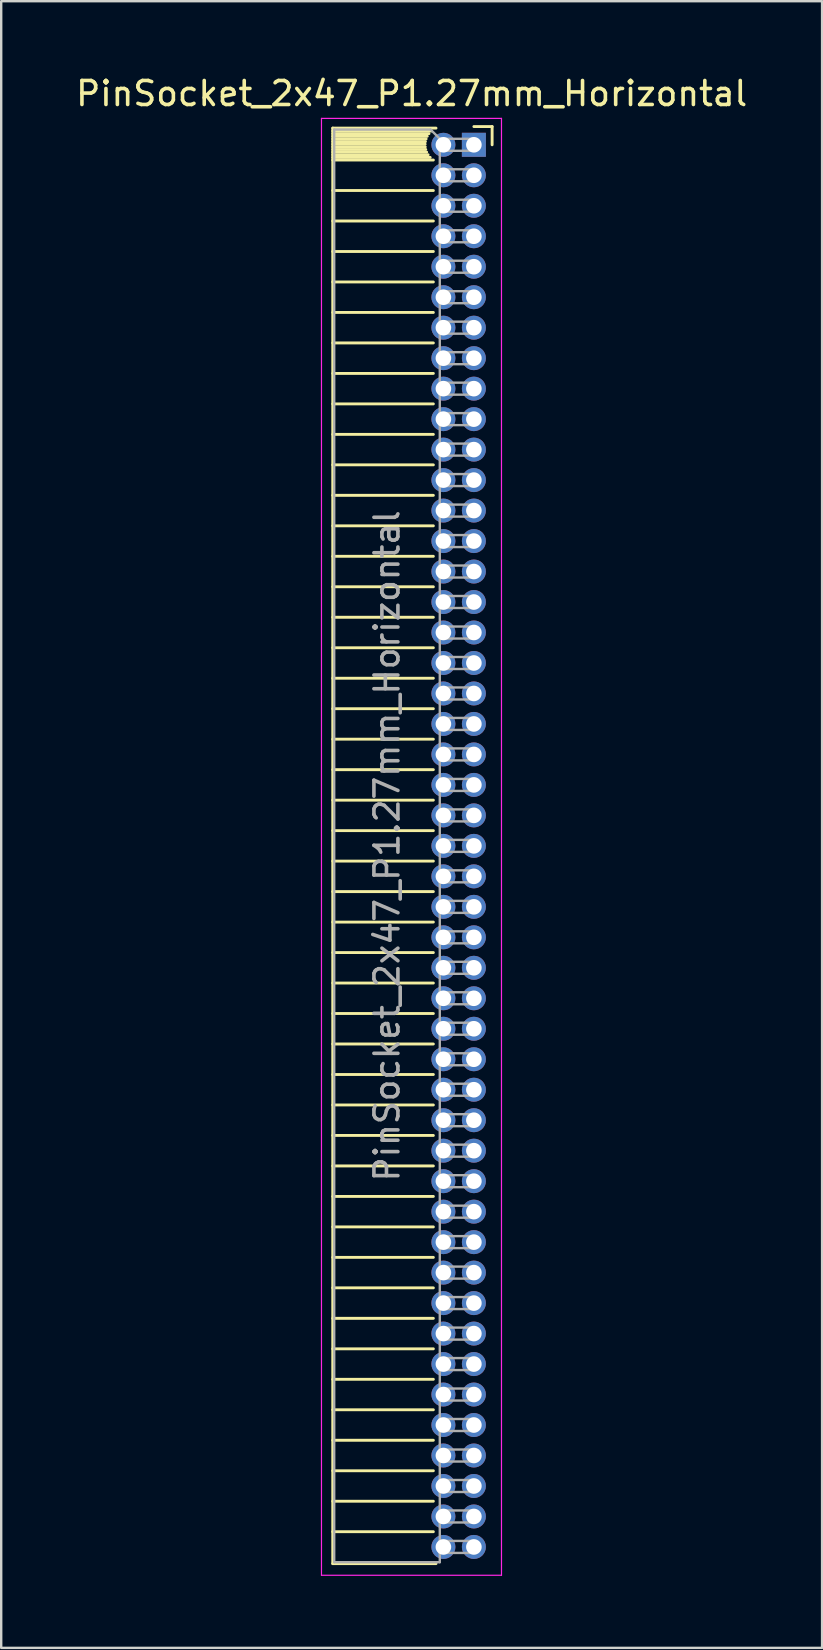
<source format=kicad_pcb>
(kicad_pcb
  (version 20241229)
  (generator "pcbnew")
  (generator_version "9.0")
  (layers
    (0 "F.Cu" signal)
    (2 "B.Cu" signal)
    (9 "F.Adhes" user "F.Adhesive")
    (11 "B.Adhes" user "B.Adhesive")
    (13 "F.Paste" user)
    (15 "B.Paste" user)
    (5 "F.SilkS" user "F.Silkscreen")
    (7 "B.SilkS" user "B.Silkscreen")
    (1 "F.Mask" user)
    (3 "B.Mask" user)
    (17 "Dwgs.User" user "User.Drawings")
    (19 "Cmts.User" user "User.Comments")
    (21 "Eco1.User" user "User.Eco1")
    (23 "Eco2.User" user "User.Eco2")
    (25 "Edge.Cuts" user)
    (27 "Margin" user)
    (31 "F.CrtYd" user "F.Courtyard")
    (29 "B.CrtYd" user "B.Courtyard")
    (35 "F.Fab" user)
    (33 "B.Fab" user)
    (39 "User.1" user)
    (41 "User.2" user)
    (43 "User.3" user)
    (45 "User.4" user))
  (footprint "PinSocket_2x47_P1.27mm_Horizontal"
    (layer "F.Cu")
    (at 16.694 2.983)
    (property "Reference" "PinSocket_2x47_P1.27mm_Horizontal" (at -2.592 -2.135 0) (layer "F.SilkS") (effects (font (size 1 1) (thickness 0.15))))
    (attr through_hole)
    (fp_line (start -5.88 -0.695) (end -5.88 59.115) (stroke (width 0.12) (type solid)) (layer "F.SilkS"))
    (fp_line (start -5.88 -0.695) (end -1.578 -0.695) (stroke (width 0.12) (type solid)) (layer "F.SilkS"))
    (fp_line (start -5.88 -0.575) (end -1.767 -0.575) (stroke (width 0.12) (type solid)) (layer "F.SilkS"))
    (fp_line (start -5.88 -0.465) (end -1.871 -0.465) (stroke (width 0.12) (type solid)) (layer "F.SilkS"))
    (fp_line (start -5.88 -0.355) (end -1.942 -0.355) (stroke (width 0.12) (type solid)) (layer "F.SilkS"))
    (fp_line (start -5.88 -0.245) (end -1.989 -0.245) (stroke (width 0.12) (type solid)) (layer "F.SilkS"))
    (fp_line (start -5.88 -0.135) (end -2.018 -0.135) (stroke (width 0.12) (type solid)) (layer "F.SilkS"))
    (fp_line (start -5.88 -0.025) (end -2.03 -0.025) (stroke (width 0.12) (type solid)) (layer "F.SilkS"))
    (fp_line (start -5.88 0.085) (end -2.025 0.085) (stroke (width 0.12) (type solid)) (layer "F.SilkS"))
    (fp_line (start -5.88 0.195) (end -2.005 0.195) (stroke (width 0.12) (type solid)) (layer "F.SilkS"))
    (fp_line (start -5.88 0.305) (end -1.966 0.305) (stroke (width 0.12) (type solid)) (layer "F.SilkS"))
    (fp_line (start -5.88 0.415) (end -1.907 0.415) (stroke (width 0.12) (type solid)) (layer "F.SilkS"))
    (fp_line (start -5.88 0.525) (end -1.82 0.525) (stroke (width 0.12) (type solid)) (layer "F.SilkS"))
    (fp_line (start -5.88 0.635) (end -1.688 0.635) (stroke (width 0.12) (type solid)) (layer "F.SilkS"))
    (fp_line (start -5.88 1.905) (end -1.688 1.905) (stroke (width 0.12) (type solid)) (layer "F.SilkS"))
    (fp_line (start -5.88 3.175) (end -1.688 3.175) (stroke (width 0.12) (type solid)) (layer "F.SilkS"))
    (fp_line (start -5.88 4.445) (end -1.688 4.445) (stroke (width 0.12) (type solid)) (layer "F.SilkS"))
    (fp_line (start -5.88 5.715) (end -1.688 5.715) (stroke (width 0.12) (type solid)) (layer "F.SilkS"))
    (fp_line (start -5.88 6.985) (end -1.688 6.985) (stroke (width 0.12) (type solid)) (layer "F.SilkS"))
    (fp_line (start -5.88 8.255) (end -1.688 8.255) (stroke (width 0.12) (type solid)) (layer "F.SilkS"))
    (fp_line (start -5.88 9.525) (end -1.688 9.525) (stroke (width 0.12) (type solid)) (layer "F.SilkS"))
    (fp_line (start -5.88 10.795) (end -1.688 10.795) (stroke (width 0.12) (type solid)) (layer "F.SilkS"))
    (fp_line (start -5.88 12.065) (end -1.688 12.065) (stroke (width 0.12) (type solid)) (layer "F.SilkS"))
    (fp_line (start -5.88 13.335) (end -1.688 13.335) (stroke (width 0.12) (type solid)) (layer "F.SilkS"))
    (fp_line (start -5.88 14.605) (end -1.688 14.605) (stroke (width 0.12) (type solid)) (layer "F.SilkS"))
    (fp_line (start -5.88 15.875) (end -1.688 15.875) (stroke (width 0.12) (type solid)) (layer "F.SilkS"))
    (fp_line (start -5.88 17.145) (end -1.688 17.145) (stroke (width 0.12) (type solid)) (layer "F.SilkS"))
    (fp_line (start -5.88 18.415) (end -1.688 18.415) (stroke (width 0.12) (type solid)) (layer "F.SilkS"))
    (fp_line (start -5.88 19.685) (end -1.688 19.685) (stroke (width 0.12) (type solid)) (layer "F.SilkS"))
    (fp_line (start -5.88 20.955) (end -1.688 20.955) (stroke (width 0.12) (type solid)) (layer "F.SilkS"))
    (fp_line (start -5.88 22.225) (end -1.688 22.225) (stroke (width 0.12) (type solid)) (layer "F.SilkS"))
    (fp_line (start -5.88 23.495) (end -1.688 23.495) (stroke (width 0.12) (type solid)) (layer "F.SilkS"))
    (fp_line (start -5.88 24.765) (end -1.688 24.765) (stroke (width 0.12) (type solid)) (layer "F.SilkS"))
    (fp_line (start -5.88 26.035) (end -1.688 26.035) (stroke (width 0.12) (type solid)) (layer "F.SilkS"))
    (fp_line (start -5.88 27.305) (end -1.688 27.305) (stroke (width 0.12) (type solid)) (layer "F.SilkS"))
    (fp_line (start -5.88 28.575) (end -1.688 28.575) (stroke (width 0.12) (type solid)) (layer "F.SilkS"))
    (fp_line (start -5.88 29.845) (end -1.688 29.845) (stroke (width 0.12) (type solid)) (layer "F.SilkS"))
    (fp_line (start -5.88 31.115) (end -1.688 31.115) (stroke (width 0.12) (type solid)) (layer "F.SilkS"))
    (fp_line (start -5.88 32.385) (end -1.688 32.385) (stroke (width 0.12) (type solid)) (layer "F.SilkS"))
    (fp_line (start -5.88 33.655) (end -1.688 33.655) (stroke (width 0.12) (type solid)) (layer "F.SilkS"))
    (fp_line (start -5.88 34.925) (end -1.688 34.925) (stroke (width 0.12) (type solid)) (layer "F.SilkS"))
    (fp_line (start -5.88 36.195) (end -1.688 36.195) (stroke (width 0.12) (type solid)) (layer "F.SilkS"))
    (fp_line (start -5.88 37.465) (end -1.688 37.465) (stroke (width 0.12) (type solid)) (layer "F.SilkS"))
    (fp_line (start -5.88 38.735) (end -1.688 38.735) (stroke (width 0.12) (type solid)) (layer "F.SilkS"))
    (fp_line (start -5.88 40.005) (end -1.688 40.005) (stroke (width 0.12) (type solid)) (layer "F.SilkS"))
    (fp_line (start -5.88 41.275) (end -1.688 41.275) (stroke (width 0.12) (type solid)) (layer "F.SilkS"))
    (fp_line (start -5.88 42.545) (end -1.688 42.545) (stroke (width 0.12) (type solid)) (layer "F.SilkS"))
    (fp_line (start -5.88 43.815) (end -1.688 43.815) (stroke (width 0.12) (type solid)) (layer "F.SilkS"))
    (fp_line (start -5.88 45.085) (end -1.688 45.085) (stroke (width 0.12) (type solid)) (layer "F.SilkS"))
    (fp_line (start -5.88 46.355) (end -1.688 46.355) (stroke (width 0.12) (type solid)) (layer "F.SilkS"))
    (fp_line (start -5.88 47.625) (end -1.688 47.625) (stroke (width 0.12) (type solid)) (layer "F.SilkS"))
    (fp_line (start -5.88 48.895) (end -1.688 48.895) (stroke (width 0.12) (type solid)) (layer "F.SilkS"))
    (fp_line (start -5.88 50.165) (end -1.688 50.165) (stroke (width 0.12) (type solid)) (layer "F.SilkS"))
    (fp_line (start -5.88 51.435) (end -1.688 51.435) (stroke (width 0.12) (type solid)) (layer "F.SilkS"))
    (fp_line (start -5.88 52.705) (end -1.688 52.705) (stroke (width 0.12) (type solid)) (layer "F.SilkS"))
    (fp_line (start -5.88 53.975) (end -1.688 53.975) (stroke (width 0.12) (type solid)) (layer "F.SilkS"))
    (fp_line (start -5.88 55.245) (end -1.688 55.245) (stroke (width 0.12) (type solid)) (layer "F.SilkS"))
    (fp_line (start -5.88 56.515) (end -1.688 56.515) (stroke (width 0.12) (type solid)) (layer "F.SilkS"))
    (fp_line (start -5.88 57.785) (end -1.688 57.785) (stroke (width 0.12) (type solid)) (layer "F.SilkS"))
    (fp_line (start -5.88 59.115) (end -1.578 59.115) (stroke (width 0.12) (type solid)) (layer "F.SilkS"))
    (fp_line (start 0 -0.76) (end 0.76 -0.76) (stroke (width 0.12) (type solid)) (layer "F.SilkS"))
    (fp_line (start 0.76 -0.76) (end 0.76 0) (stroke (width 0.12) (type solid)) (layer "F.SilkS"))
    (fp_line (start -6.35 -1.1) (end -6.35 59.6) (stroke (width 0.05) (type solid)) (layer "F.CrtYd"))
    (fp_line (start -6.35 59.6) (end 1.15 59.6) (stroke (width 0.05) (type solid)) (layer "F.CrtYd"))
    (fp_line (start 1.15 -1.1) (end -6.35 -1.1) (stroke (width 0.05) (type solid)) (layer "F.CrtYd"))
    (fp_line (start 1.15 59.6) (end 1.15 -1.1) (stroke (width 0.05) (type solid)) (layer "F.CrtYd"))
    (fp_line (start -5.82 -0.635) (end -1.805 -0.635) (stroke (width 0.1) (type solid)) (layer "F.Fab"))
    (fp_line (start -5.82 59.055) (end -5.82 -0.635) (stroke (width 0.1) (type solid)) (layer "F.Fab"))
    (fp_line (start -1.805 -0.635) (end -1.42 -0.25) (stroke (width 0.1) (type solid)) (layer "F.Fab"))
    (fp_line (start -1.42 -0.25) (end -1.42 59.055) (stroke (width 0.1) (type solid)) (layer "F.Fab"))
    (fp_line (start -1.42 0.25) (end 0 0.25) (stroke (width 0.1) (type solid)) (layer "F.Fab"))
    (fp_line (start -1.42 1.52) (end 0 1.52) (stroke (width 0.1) (type solid)) (layer "F.Fab"))
    (fp_line (start -1.42 2.79) (end 0 2.79) (stroke (width 0.1) (type solid)) (layer "F.Fab"))
    (fp_line (start -1.42 4.06) (end 0 4.06) (stroke (width 0.1) (type solid)) (layer "F.Fab"))
    (fp_line (start -1.42 5.33) (end 0 5.33) (stroke (width 0.1) (type solid)) (layer "F.Fab"))
    (fp_line (start -1.42 6.6) (end 0 6.6) (stroke (width 0.1) (type solid)) (layer "F.Fab"))
    (fp_line (start -1.42 7.87) (end 0 7.87) (stroke (width 0.1) (type solid)) (layer "F.Fab"))
    (fp_line (start -1.42 9.14) (end 0 9.14) (stroke (width 0.1) (type solid)) (layer "F.Fab"))
    (fp_line (start -1.42 10.41) (end 0 10.41) (stroke (width 0.1) (type solid)) (layer "F.Fab"))
    (fp_line (start -1.42 11.68) (end 0 11.68) (stroke (width 0.1) (type solid)) (layer "F.Fab"))
    (fp_line (start -1.42 12.95) (end 0 12.95) (stroke (width 0.1) (type solid)) (layer "F.Fab"))
    (fp_line (start -1.42 14.22) (end 0 14.22) (stroke (width 0.1) (type solid)) (layer "F.Fab"))
    (fp_line (start -1.42 15.49) (end 0 15.49) (stroke (width 0.1) (type solid)) (layer "F.Fab"))
    (fp_line (start -1.42 16.76) (end 0 16.76) (stroke (width 0.1) (type solid)) (layer "F.Fab"))
    (fp_line (start -1.42 18.03) (end 0 18.03) (stroke (width 0.1) (type solid)) (layer "F.Fab"))
    (fp_line (start -1.42 19.3) (end 0 19.3) (stroke (width 0.1) (type solid)) (layer "F.Fab"))
    (fp_line (start -1.42 20.57) (end 0 20.57) (stroke (width 0.1) (type solid)) (layer "F.Fab"))
    (fp_line (start -1.42 21.84) (end 0 21.84) (stroke (width 0.1) (type solid)) (layer "F.Fab"))
    (fp_line (start -1.42 23.11) (end 0 23.11) (stroke (width 0.1) (type solid)) (layer "F.Fab"))
    (fp_line (start -1.42 24.38) (end 0 24.38) (stroke (width 0.1) (type solid)) (layer "F.Fab"))
    (fp_line (start -1.42 25.65) (end 0 25.65) (stroke (width 0.1) (type solid)) (layer "F.Fab"))
    (fp_line (start -1.42 26.92) (end 0 26.92) (stroke (width 0.1) (type solid)) (layer "F.Fab"))
    (fp_line (start -1.42 28.19) (end 0 28.19) (stroke (width 0.1) (type solid)) (layer "F.Fab"))
    (fp_line (start -1.42 29.46) (end 0 29.46) (stroke (width 0.1) (type solid)) (layer "F.Fab"))
    (fp_line (start -1.42 30.73) (end 0 30.73) (stroke (width 0.1) (type solid)) (layer "F.Fab"))
    (fp_line (start -1.42 32) (end 0 32) (stroke (width 0.1) (type solid)) (layer "F.Fab"))
    (fp_line (start -1.42 33.27) (end 0 33.27) (stroke (width 0.1) (type solid)) (layer "F.Fab"))
    (fp_line (start -1.42 34.54) (end 0 34.54) (stroke (width 0.1) (type solid)) (layer "F.Fab"))
    (fp_line (start -1.42 35.81) (end 0 35.81) (stroke (width 0.1) (type solid)) (layer "F.Fab"))
    (fp_line (start -1.42 37.08) (end 0 37.08) (stroke (width 0.1) (type solid)) (layer "F.Fab"))
    (fp_line (start -1.42 38.35) (end 0 38.35) (stroke (width 0.1) (type solid)) (layer "F.Fab"))
    (fp_line (start -1.42 39.62) (end 0 39.62) (stroke (width 0.1) (type solid)) (layer "F.Fab"))
    (fp_line (start -1.42 40.89) (end 0 40.89) (stroke (width 0.1) (type solid)) (layer "F.Fab"))
    (fp_line (start -1.42 42.16) (end 0 42.16) (stroke (width 0.1) (type solid)) (layer "F.Fab"))
    (fp_line (start -1.42 43.43) (end 0 43.43) (stroke (width 0.1) (type solid)) (layer "F.Fab"))
    (fp_line (start -1.42 44.7) (end 0 44.7) (stroke (width 0.1) (type solid)) (layer "F.Fab"))
    (fp_line (start -1.42 45.97) (end 0 45.97) (stroke (width 0.1) (type solid)) (layer "F.Fab"))
    (fp_line (start -1.42 47.24) (end 0 47.24) (stroke (width 0.1) (type solid)) (layer "F.Fab"))
    (fp_line (start -1.42 48.51) (end 0 48.51) (stroke (width 0.1) (type solid)) (layer "F.Fab"))
    (fp_line (start -1.42 49.78) (end 0 49.78) (stroke (width 0.1) (type solid)) (layer "F.Fab"))
    (fp_line (start -1.42 51.05) (end 0 51.05) (stroke (width 0.1) (type solid)) (layer "F.Fab"))
    (fp_line (start -1.42 52.32) (end 0 52.32) (stroke (width 0.1) (type solid)) (layer "F.Fab"))
    (fp_line (start -1.42 53.59) (end 0 53.59) (stroke (width 0.1) (type solid)) (layer "F.Fab"))
    (fp_line (start -1.42 54.86) (end 0 54.86) (stroke (width 0.1) (type solid)) (layer "F.Fab"))
    (fp_line (start -1.42 56.13) (end 0 56.13) (stroke (width 0.1) (type solid)) (layer "F.Fab"))
    (fp_line (start -1.42 57.4) (end 0 57.4) (stroke (width 0.1) (type solid)) (layer "F.Fab"))
    (fp_line (start -1.42 58.67) (end 0 58.67) (stroke (width 0.1) (type solid)) (layer "F.Fab"))
    (fp_line (start -1.42 59.055) (end -5.82 59.055) (stroke (width 0.1) (type solid)) (layer "F.Fab"))
    (fp_line (start 0 -0.25) (end -1.42 -0.25) (stroke (width 0.1) (type solid)) (layer "F.Fab"))
    (fp_line (start 0 0.25) (end 0 -0.25) (stroke (width 0.1) (type solid)) (layer "F.Fab"))
    (fp_line (start 0 1.02) (end -1.42 1.02) (stroke (width 0.1) (type solid)) (layer "F.Fab"))
    (fp_line (start 0 1.52) (end 0 1.02) (stroke (width 0.1) (type solid)) (layer "F.Fab"))
    (fp_line (start 0 2.29) (end -1.42 2.29) (stroke (width 0.1) (type solid)) (layer "F.Fab"))
    (fp_line (start 0 2.79) (end 0 2.29) (stroke (width 0.1) (type solid)) (layer "F.Fab"))
    (fp_line (start 0 3.56) (end -1.42 3.56) (stroke (width 0.1) (type solid)) (layer "F.Fab"))
    (fp_line (start 0 4.06) (end 0 3.56) (stroke (width 0.1) (type solid)) (layer "F.Fab"))
    (fp_line (start 0 4.83) (end -1.42 4.83) (stroke (width 0.1) (type solid)) (layer "F.Fab"))
    (fp_line (start 0 5.33) (end 0 4.83) (stroke (width 0.1) (type solid)) (layer "F.Fab"))
    (fp_line (start 0 6.1) (end -1.42 6.1) (stroke (width 0.1) (type solid)) (layer "F.Fab"))
    (fp_line (start 0 6.6) (end 0 6.1) (stroke (width 0.1) (type solid)) (layer "F.Fab"))
    (fp_line (start 0 7.37) (end -1.42 7.37) (stroke (width 0.1) (type solid)) (layer "F.Fab"))
    (fp_line (start 0 7.87) (end 0 7.37) (stroke (width 0.1) (type solid)) (layer "F.Fab"))
    (fp_line (start 0 8.64) (end -1.42 8.64) (stroke (width 0.1) (type solid)) (layer "F.Fab"))
    (fp_line (start 0 9.14) (end 0 8.64) (stroke (width 0.1) (type solid)) (layer "F.Fab"))
    (fp_line (start 0 9.91) (end -1.42 9.91) (stroke (width 0.1) (type solid)) (layer "F.Fab"))
    (fp_line (start 0 10.41) (end 0 9.91) (stroke (width 0.1) (type solid)) (layer "F.Fab"))
    (fp_line (start 0 11.18) (end -1.42 11.18) (stroke (width 0.1) (type solid)) (layer "F.Fab"))
    (fp_line (start 0 11.68) (end 0 11.18) (stroke (width 0.1) (type solid)) (layer "F.Fab"))
    (fp_line (start 0 12.45) (end -1.42 12.45) (stroke (width 0.1) (type solid)) (layer "F.Fab"))
    (fp_line (start 0 12.95) (end 0 12.45) (stroke (width 0.1) (type solid)) (layer "F.Fab"))
    (fp_line (start 0 13.72) (end -1.42 13.72) (stroke (width 0.1) (type solid)) (layer "F.Fab"))
    (fp_line (start 0 14.22) (end 0 13.72) (stroke (width 0.1) (type solid)) (layer "F.Fab"))
    (fp_line (start 0 14.99) (end -1.42 14.99) (stroke (width 0.1) (type solid)) (layer "F.Fab"))
    (fp_line (start 0 15.49) (end 0 14.99) (stroke (width 0.1) (type solid)) (layer "F.Fab"))
    (fp_line (start 0 16.26) (end -1.42 16.26) (stroke (width 0.1) (type solid)) (layer "F.Fab"))
    (fp_line (start 0 16.76) (end 0 16.26) (stroke (width 0.1) (type solid)) (layer "F.Fab"))
    (fp_line (start 0 17.53) (end -1.42 17.53) (stroke (width 0.1) (type solid)) (layer "F.Fab"))
    (fp_line (start 0 18.03) (end 0 17.53) (stroke (width 0.1) (type solid)) (layer "F.Fab"))
    (fp_line (start 0 18.8) (end -1.42 18.8) (stroke (width 0.1) (type solid)) (layer "F.Fab"))
    (fp_line (start 0 19.3) (end 0 18.8) (stroke (width 0.1) (type solid)) (layer "F.Fab"))
    (fp_line (start 0 20.07) (end -1.42 20.07) (stroke (width 0.1) (type solid)) (layer "F.Fab"))
    (fp_line (start 0 20.57) (end 0 20.07) (stroke (width 0.1) (type solid)) (layer "F.Fab"))
    (fp_line (start 0 21.34) (end -1.42 21.34) (stroke (width 0.1) (type solid)) (layer "F.Fab"))
    (fp_line (start 0 21.84) (end 0 21.34) (stroke (width 0.1) (type solid)) (layer "F.Fab"))
    (fp_line (start 0 22.61) (end -1.42 22.61) (stroke (width 0.1) (type solid)) (layer "F.Fab"))
    (fp_line (start 0 23.11) (end 0 22.61) (stroke (width 0.1) (type solid)) (layer "F.Fab"))
    (fp_line (start 0 23.88) (end -1.42 23.88) (stroke (width 0.1) (type solid)) (layer "F.Fab"))
    (fp_line (start 0 24.38) (end 0 23.88) (stroke (width 0.1) (type solid)) (layer "F.Fab"))
    (fp_line (start 0 25.15) (end -1.42 25.15) (stroke (width 0.1) (type solid)) (layer "F.Fab"))
    (fp_line (start 0 25.65) (end 0 25.15) (stroke (width 0.1) (type solid)) (layer "F.Fab"))
    (fp_line (start 0 26.42) (end -1.42 26.42) (stroke (width 0.1) (type solid)) (layer "F.Fab"))
    (fp_line (start 0 26.92) (end 0 26.42) (stroke (width 0.1) (type solid)) (layer "F.Fab"))
    (fp_line (start 0 27.69) (end -1.42 27.69) (stroke (width 0.1) (type solid)) (layer "F.Fab"))
    (fp_line (start 0 28.19) (end 0 27.69) (stroke (width 0.1) (type solid)) (layer "F.Fab"))
    (fp_line (start 0 28.96) (end -1.42 28.96) (stroke (width 0.1) (type solid)) (layer "F.Fab"))
    (fp_line (start 0 29.46) (end 0 28.96) (stroke (width 0.1) (type solid)) (layer "F.Fab"))
    (fp_line (start 0 30.23) (end -1.42 30.23) (stroke (width 0.1) (type solid)) (layer "F.Fab"))
    (fp_line (start 0 30.73) (end 0 30.23) (stroke (width 0.1) (type solid)) (layer "F.Fab"))
    (fp_line (start 0 31.5) (end -1.42 31.5) (stroke (width 0.1) (type solid)) (layer "F.Fab"))
    (fp_line (start 0 32) (end 0 31.5) (stroke (width 0.1) (type solid)) (layer "F.Fab"))
    (fp_line (start 0 32.77) (end -1.42 32.77) (stroke (width 0.1) (type solid)) (layer "F.Fab"))
    (fp_line (start 0 33.27) (end 0 32.77) (stroke (width 0.1) (type solid)) (layer "F.Fab"))
    (fp_line (start 0 34.04) (end -1.42 34.04) (stroke (width 0.1) (type solid)) (layer "F.Fab"))
    (fp_line (start 0 34.54) (end 0 34.04) (stroke (width 0.1) (type solid)) (layer "F.Fab"))
    (fp_line (start 0 35.31) (end -1.42 35.31) (stroke (width 0.1) (type solid)) (layer "F.Fab"))
    (fp_line (start 0 35.81) (end 0 35.31) (stroke (width 0.1) (type solid)) (layer "F.Fab"))
    (fp_line (start 0 36.58) (end -1.42 36.58) (stroke (width 0.1) (type solid)) (layer "F.Fab"))
    (fp_line (start 0 37.08) (end 0 36.58) (stroke (width 0.1) (type solid)) (layer "F.Fab"))
    (fp_line (start 0 37.85) (end -1.42 37.85) (stroke (width 0.1) (type solid)) (layer "F.Fab"))
    (fp_line (start 0 38.35) (end 0 37.85) (stroke (width 0.1) (type solid)) (layer "F.Fab"))
    (fp_line (start 0 39.12) (end -1.42 39.12) (stroke (width 0.1) (type solid)) (layer "F.Fab"))
    (fp_line (start 0 39.62) (end 0 39.12) (stroke (width 0.1) (type solid)) (layer "F.Fab"))
    (fp_line (start 0 40.39) (end -1.42 40.39) (stroke (width 0.1) (type solid)) (layer "F.Fab"))
    (fp_line (start 0 40.89) (end 0 40.39) (stroke (width 0.1) (type solid)) (layer "F.Fab"))
    (fp_line (start 0 41.66) (end -1.42 41.66) (stroke (width 0.1) (type solid)) (layer "F.Fab"))
    (fp_line (start 0 42.16) (end 0 41.66) (stroke (width 0.1) (type solid)) (layer "F.Fab"))
    (fp_line (start 0 42.93) (end -1.42 42.93) (stroke (width 0.1) (type solid)) (layer "F.Fab"))
    (fp_line (start 0 43.43) (end 0 42.93) (stroke (width 0.1) (type solid)) (layer "F.Fab"))
    (fp_line (start 0 44.2) (end -1.42 44.2) (stroke (width 0.1) (type solid)) (layer "F.Fab"))
    (fp_line (start 0 44.7) (end 0 44.2) (stroke (width 0.1) (type solid)) (layer "F.Fab"))
    (fp_line (start 0 45.47) (end -1.42 45.47) (stroke (width 0.1) (type solid)) (layer "F.Fab"))
    (fp_line (start 0 45.97) (end 0 45.47) (stroke (width 0.1) (type solid)) (layer "F.Fab"))
    (fp_line (start 0 46.74) (end -1.42 46.74) (stroke (width 0.1) (type solid)) (layer "F.Fab"))
    (fp_line (start 0 47.24) (end 0 46.74) (stroke (width 0.1) (type solid)) (layer "F.Fab"))
    (fp_line (start 0 48.01) (end -1.42 48.01) (stroke (width 0.1) (type solid)) (layer "F.Fab"))
    (fp_line (start 0 48.51) (end 0 48.01) (stroke (width 0.1) (type solid)) (layer "F.Fab"))
    (fp_line (start 0 49.28) (end -1.42 49.28) (stroke (width 0.1) (type solid)) (layer "F.Fab"))
    (fp_line (start 0 49.78) (end 0 49.28) (stroke (width 0.1) (type solid)) (layer "F.Fab"))
    (fp_line (start 0 50.55) (end -1.42 50.55) (stroke (width 0.1) (type solid)) (layer "F.Fab"))
    (fp_line (start 0 51.05) (end 0 50.55) (stroke (width 0.1) (type solid)) (layer "F.Fab"))
    (fp_line (start 0 51.82) (end -1.42 51.82) (stroke (width 0.1) (type solid)) (layer "F.Fab"))
    (fp_line (start 0 52.32) (end 0 51.82) (stroke (width 0.1) (type solid)) (layer "F.Fab"))
    (fp_line (start 0 53.09) (end -1.42 53.09) (stroke (width 0.1) (type solid)) (layer "F.Fab"))
    (fp_line (start 0 53.59) (end 0 53.09) (stroke (width 0.1) (type solid)) (layer "F.Fab"))
    (fp_line (start 0 54.36) (end -1.42 54.36) (stroke (width 0.1) (type solid)) (layer "F.Fab"))
    (fp_line (start 0 54.86) (end 0 54.36) (stroke (width 0.1) (type solid)) (layer "F.Fab"))
    (fp_line (start 0 55.63) (end -1.42 55.63) (stroke (width 0.1) (type solid)) (layer "F.Fab"))
    (fp_line (start 0 56.13) (end 0 55.63) (stroke (width 0.1) (type solid)) (layer "F.Fab"))
    (fp_line (start 0 56.9) (end -1.42 56.9) (stroke (width 0.1) (type solid)) (layer "F.Fab"))
    (fp_line (start 0 57.4) (end 0 56.9) (stroke (width 0.1) (type solid)) (layer "F.Fab"))
    (fp_line (start 0 58.17) (end -1.42 58.17) (stroke (width 0.1) (type solid)) (layer "F.Fab"))
    (fp_line (start 0 58.67) (end 0 58.17) (stroke (width 0.1) (type solid)) (layer "F.Fab"))
    (fp_text user "${REFERENCE}" (at -3.62 29.21 90) (layer "F.Fab") (effects (font (size 1 1) (thickness 0.15))))
    (pad "1" thru_hole rect (at 0 0) (size 1 1) (drill 0.65) (layers "*.Cu" "*.Mask"))
    (pad "2" thru_hole circle (at -1.27 0) (size 1 1) (drill 0.65) (layers "*.Cu" "*.Mask"))
    (pad "3" thru_hole circle (at 0 1.27) (size 1 1) (drill 0.65) (layers "*.Cu" "*.Mask"))
    (pad "4" thru_hole circle (at -1.27 1.27) (size 1 1) (drill 0.65) (layers "*.Cu" "*.Mask"))
    (pad "5" thru_hole circle (at 0 2.54) (size 1 1) (drill 0.65) (layers "*.Cu" "*.Mask"))
    (pad "6" thru_hole circle (at -1.27 2.54) (size 1 1) (drill 0.65) (layers "*.Cu" "*.Mask"))
    (pad "7" thru_hole circle (at 0 3.81) (size 1 1) (drill 0.65) (layers "*.Cu" "*.Mask"))
    (pad "8" thru_hole circle (at -1.27 3.81) (size 1 1) (drill 0.65) (layers "*.Cu" "*.Mask"))
    (pad "9" thru_hole circle (at 0 5.08) (size 1 1) (drill 0.65) (layers "*.Cu" "*.Mask"))
    (pad "10" thru_hole circle (at -1.27 5.08) (size 1 1) (drill 0.65) (layers "*.Cu" "*.Mask"))
    (pad "11" thru_hole circle (at 0 6.35) (size 1 1) (drill 0.65) (layers "*.Cu" "*.Mask"))
    (pad "12" thru_hole circle (at -1.27 6.35) (size 1 1) (drill 0.65) (layers "*.Cu" "*.Mask"))
    (pad "13" thru_hole circle (at 0 7.62) (size 1 1) (drill 0.65) (layers "*.Cu" "*.Mask"))
    (pad "14" thru_hole circle (at -1.27 7.62) (size 1 1) (drill 0.65) (layers "*.Cu" "*.Mask"))
    (pad "15" thru_hole circle (at 0 8.89) (size 1 1) (drill 0.65) (layers "*.Cu" "*.Mask"))
    (pad "16" thru_hole circle (at -1.27 8.89) (size 1 1) (drill 0.65) (layers "*.Cu" "*.Mask"))
    (pad "17" thru_hole circle (at 0 10.16) (size 1 1) (drill 0.65) (layers "*.Cu" "*.Mask"))
    (pad "18" thru_hole circle (at -1.27 10.16) (size 1 1) (drill 0.65) (layers "*.Cu" "*.Mask"))
    (pad "19" thru_hole circle (at 0 11.43) (size 1 1) (drill 0.65) (layers "*.Cu" "*.Mask"))
    (pad "20" thru_hole circle (at -1.27 11.43) (size 1 1) (drill 0.65) (layers "*.Cu" "*.Mask"))
    (pad "21" thru_hole circle (at 0 12.7) (size 1 1) (drill 0.65) (layers "*.Cu" "*.Mask"))
    (pad "22" thru_hole circle (at -1.27 12.7) (size 1 1) (drill 0.65) (layers "*.Cu" "*.Mask"))
    (pad "23" thru_hole circle (at 0 13.97) (size 1 1) (drill 0.65) (layers "*.Cu" "*.Mask"))
    (pad "24" thru_hole circle (at -1.27 13.97) (size 1 1) (drill 0.65) (layers "*.Cu" "*.Mask"))
    (pad "25" thru_hole circle (at 0 15.24) (size 1 1) (drill 0.65) (layers "*.Cu" "*.Mask"))
    (pad "26" thru_hole circle (at -1.27 15.24) (size 1 1) (drill 0.65) (layers "*.Cu" "*.Mask"))
    (pad "27" thru_hole circle (at 0 16.51) (size 1 1) (drill 0.65) (layers "*.Cu" "*.Mask"))
    (pad "28" thru_hole circle (at -1.27 16.51) (size 1 1) (drill 0.65) (layers "*.Cu" "*.Mask"))
    (pad "29" thru_hole circle (at 0 17.78) (size 1 1) (drill 0.65) (layers "*.Cu" "*.Mask"))
    (pad "30" thru_hole circle (at -1.27 17.78) (size 1 1) (drill 0.65) (layers "*.Cu" "*.Mask"))
    (pad "31" thru_hole circle (at 0 19.05) (size 1 1) (drill 0.65) (layers "*.Cu" "*.Mask"))
    (pad "32" thru_hole circle (at -1.27 19.05) (size 1 1) (drill 0.65) (layers "*.Cu" "*.Mask"))
    (pad "33" thru_hole circle (at 0 20.32) (size 1 1) (drill 0.65) (layers "*.Cu" "*.Mask"))
    (pad "34" thru_hole circle (at -1.27 20.32) (size 1 1) (drill 0.65) (layers "*.Cu" "*.Mask"))
    (pad "35" thru_hole circle (at 0 21.59) (size 1 1) (drill 0.65) (layers "*.Cu" "*.Mask"))
    (pad "36" thru_hole circle (at -1.27 21.59) (size 1 1) (drill 0.65) (layers "*.Cu" "*.Mask"))
    (pad "37" thru_hole circle (at 0 22.86) (size 1 1) (drill 0.65) (layers "*.Cu" "*.Mask"))
    (pad "38" thru_hole circle (at -1.27 22.86) (size 1 1) (drill 0.65) (layers "*.Cu" "*.Mask"))
    (pad "39" thru_hole circle (at 0 24.13) (size 1 1) (drill 0.65) (layers "*.Cu" "*.Mask"))
    (pad "40" thru_hole circle (at -1.27 24.13) (size 1 1) (drill 0.65) (layers "*.Cu" "*.Mask"))
    (pad "41" thru_hole circle (at 0 25.4) (size 1 1) (drill 0.65) (layers "*.Cu" "*.Mask"))
    (pad "42" thru_hole circle (at -1.27 25.4) (size 1 1) (drill 0.65) (layers "*.Cu" "*.Mask"))
    (pad "43" thru_hole circle (at 0 26.67) (size 1 1) (drill 0.65) (layers "*.Cu" "*.Mask"))
    (pad "44" thru_hole circle (at -1.27 26.67) (size 1 1) (drill 0.65) (layers "*.Cu" "*.Mask"))
    (pad "45" thru_hole circle (at 0 27.94) (size 1 1) (drill 0.65) (layers "*.Cu" "*.Mask"))
    (pad "46" thru_hole circle (at -1.27 27.94) (size 1 1) (drill 0.65) (layers "*.Cu" "*.Mask"))
    (pad "47" thru_hole circle (at 0 29.21) (size 1 1) (drill 0.65) (layers "*.Cu" "*.Mask"))
    (pad "48" thru_hole circle (at -1.27 29.21) (size 1 1) (drill 0.65) (layers "*.Cu" "*.Mask"))
    (pad "49" thru_hole circle (at 0 30.48) (size 1 1) (drill 0.65) (layers "*.Cu" "*.Mask"))
    (pad "50" thru_hole circle (at -1.27 30.48) (size 1 1) (drill 0.65) (layers "*.Cu" "*.Mask"))
    (pad "51" thru_hole circle (at 0 31.75) (size 1 1) (drill 0.65) (layers "*.Cu" "*.Mask"))
    (pad "52" thru_hole circle (at -1.27 31.75) (size 1 1) (drill 0.65) (layers "*.Cu" "*.Mask"))
    (pad "53" thru_hole circle (at 0 33.02) (size 1 1) (drill 0.65) (layers "*.Cu" "*.Mask"))
    (pad "54" thru_hole circle (at -1.27 33.02) (size 1 1) (drill 0.65) (layers "*.Cu" "*.Mask"))
    (pad "55" thru_hole circle (at 0 34.29) (size 1 1) (drill 0.65) (layers "*.Cu" "*.Mask"))
    (pad "56" thru_hole circle (at -1.27 34.29) (size 1 1) (drill 0.65) (layers "*.Cu" "*.Mask"))
    (pad "57" thru_hole circle (at 0 35.56) (size 1 1) (drill 0.65) (layers "*.Cu" "*.Mask"))
    (pad "58" thru_hole circle (at -1.27 35.56) (size 1 1) (drill 0.65) (layers "*.Cu" "*.Mask"))
    (pad "59" thru_hole circle (at 0 36.83) (size 1 1) (drill 0.65) (layers "*.Cu" "*.Mask"))
    (pad "60" thru_hole circle (at -1.27 36.83) (size 1 1) (drill 0.65) (layers "*.Cu" "*.Mask"))
    (pad "61" thru_hole circle (at 0 38.1) (size 1 1) (drill 0.65) (layers "*.Cu" "*.Mask"))
    (pad "62" thru_hole circle (at -1.27 38.1) (size 1 1) (drill 0.65) (layers "*.Cu" "*.Mask"))
    (pad "63" thru_hole circle (at 0 39.37) (size 1 1) (drill 0.65) (layers "*.Cu" "*.Mask"))
    (pad "64" thru_hole circle (at -1.27 39.37) (size 1 1) (drill 0.65) (layers "*.Cu" "*.Mask"))
    (pad "65" thru_hole circle (at 0 40.64) (size 1 1) (drill 0.65) (layers "*.Cu" "*.Mask"))
    (pad "66" thru_hole circle (at -1.27 40.64) (size 1 1) (drill 0.65) (layers "*.Cu" "*.Mask"))
    (pad "67" thru_hole circle (at 0 41.91) (size 1 1) (drill 0.65) (layers "*.Cu" "*.Mask"))
    (pad "68" thru_hole circle (at -1.27 41.91) (size 1 1) (drill 0.65) (layers "*.Cu" "*.Mask"))
    (pad "69" thru_hole circle (at 0 43.18) (size 1 1) (drill 0.65) (layers "*.Cu" "*.Mask"))
    (pad "70" thru_hole circle (at -1.27 43.18) (size 1 1) (drill 0.65) (layers "*.Cu" "*.Mask"))
    (pad "71" thru_hole circle (at 0 44.45) (size 1 1) (drill 0.65) (layers "*.Cu" "*.Mask"))
    (pad "72" thru_hole circle (at -1.27 44.45) (size 1 1) (drill 0.65) (layers "*.Cu" "*.Mask"))
    (pad "73" thru_hole circle (at 0 45.72) (size 1 1) (drill 0.65) (layers "*.Cu" "*.Mask"))
    (pad "74" thru_hole circle (at -1.27 45.72) (size 1 1) (drill 0.65) (layers "*.Cu" "*.Mask"))
    (pad "75" thru_hole circle (at 0 46.99) (size 1 1) (drill 0.65) (layers "*.Cu" "*.Mask"))
    (pad "76" thru_hole circle (at -1.27 46.99) (size 1 1) (drill 0.65) (layers "*.Cu" "*.Mask"))
    (pad "77" thru_hole circle (at 0 48.26) (size 1 1) (drill 0.65) (layers "*.Cu" "*.Mask"))
    (pad "78" thru_hole circle (at -1.27 48.26) (size 1 1) (drill 0.65) (layers "*.Cu" "*.Mask"))
    (pad "79" thru_hole circle (at 0 49.53) (size 1 1) (drill 0.65) (layers "*.Cu" "*.Mask"))
    (pad "80" thru_hole circle (at -1.27 49.53) (size 1 1) (drill 0.65) (layers "*.Cu" "*.Mask"))
    (pad "81" thru_hole circle (at 0 50.8) (size 1 1) (drill 0.65) (layers "*.Cu" "*.Mask"))
    (pad "82" thru_hole circle (at -1.27 50.8) (size 1 1) (drill 0.65) (layers "*.Cu" "*.Mask"))
    (pad "83" thru_hole circle (at 0 52.07) (size 1 1) (drill 0.65) (layers "*.Cu" "*.Mask"))
    (pad "84" thru_hole circle (at -1.27 52.07) (size 1 1) (drill 0.65) (layers "*.Cu" "*.Mask"))
    (pad "85" thru_hole circle (at 0 53.34) (size 1 1) (drill 0.65) (layers "*.Cu" "*.Mask"))
    (pad "86" thru_hole circle (at -1.27 53.34) (size 1 1) (drill 0.65) (layers "*.Cu" "*.Mask"))
    (pad "87" thru_hole circle (at 0 54.61) (size 1 1) (drill 0.65) (layers "*.Cu" "*.Mask"))
    (pad "88" thru_hole circle (at -1.27 54.61) (size 1 1) (drill 0.65) (layers "*.Cu" "*.Mask"))
    (pad "89" thru_hole circle (at 0 55.88) (size 1 1) (drill 0.65) (layers "*.Cu" "*.Mask"))
    (pad "90" thru_hole circle (at -1.27 55.88) (size 1 1) (drill 0.65) (layers "*.Cu" "*.Mask"))
    (pad "91" thru_hole circle (at 0 57.15) (size 1 1) (drill 0.65) (layers "*.Cu" "*.Mask"))
    (pad "92" thru_hole circle (at -1.27 57.15) (size 1 1) (drill 0.65) (layers "*.Cu" "*.Mask"))
    (pad "93" thru_hole circle (at 0 58.42) (size 1 1) (drill 0.65) (layers "*.Cu" "*.Mask"))
    (pad "94" thru_hole circle (at -1.27 58.42) (size 1 1) (drill 0.65) (layers "*.Cu" "*.Mask")))
  (gr_rect
    (start -3 -3)
    (end 31.202 65.608)
    (stroke (width 0.1) (type default))
    (fill no)
    (layer "Edge.Cuts")))
</source>
